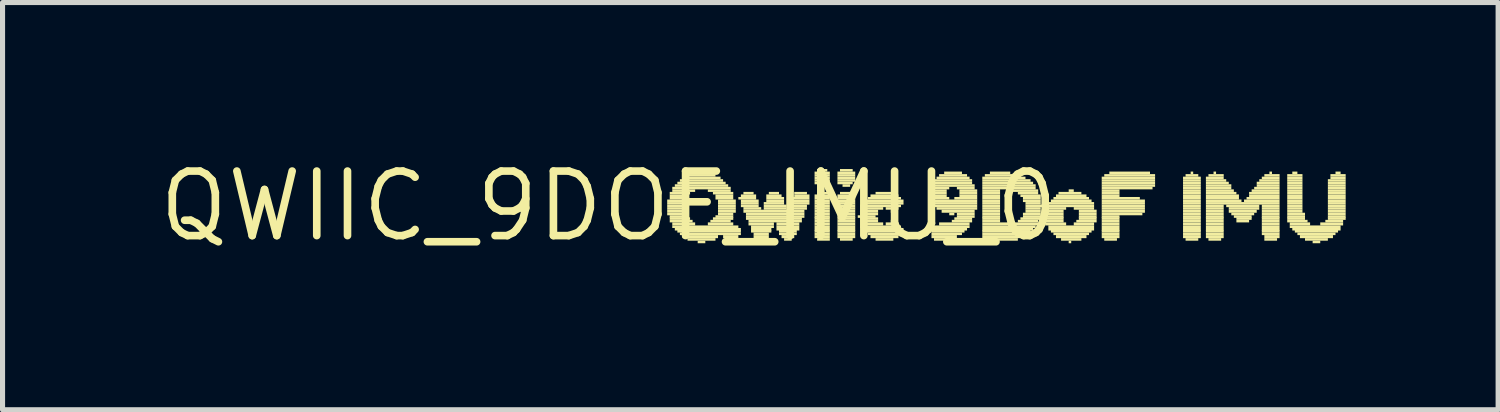
<source format=kicad_pcb>
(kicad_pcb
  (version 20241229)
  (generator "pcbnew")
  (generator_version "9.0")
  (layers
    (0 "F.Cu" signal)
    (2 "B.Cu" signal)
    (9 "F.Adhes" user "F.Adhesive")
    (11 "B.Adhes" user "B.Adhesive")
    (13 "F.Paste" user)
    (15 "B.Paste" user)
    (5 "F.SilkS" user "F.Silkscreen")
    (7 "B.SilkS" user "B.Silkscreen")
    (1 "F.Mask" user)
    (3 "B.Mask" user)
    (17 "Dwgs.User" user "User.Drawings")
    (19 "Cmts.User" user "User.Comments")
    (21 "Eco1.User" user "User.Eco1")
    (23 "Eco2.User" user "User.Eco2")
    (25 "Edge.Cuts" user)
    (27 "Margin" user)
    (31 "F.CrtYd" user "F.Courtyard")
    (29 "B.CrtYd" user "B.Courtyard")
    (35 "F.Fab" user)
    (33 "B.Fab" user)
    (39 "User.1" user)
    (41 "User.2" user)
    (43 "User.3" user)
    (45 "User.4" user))
  (footprint "QWIIC_9DOF_IMU_0"
    (layer "F.Cu")
    (at 8.928 1.006)
    (property "Reference" "QWIIC_9DOF_IMU_0" (at 0 0 0) (layer "F.SilkS") (effects (font (size 1.27 1.27) (thickness 0.15))))
    (fp_poly (pts (xy 1.15 -0.08) (xy 1.5 -0.08) (xy 1.5 -0.13) (xy 1.15 -0.13)) (stroke (width 0) (type default)) (fill yes) (layer "F.SilkS"))
    (fp_poly (pts (xy 1.15 -0.03) (xy 1.5 -0.03) (xy 1.5 -0.08) (xy 1.15 -0.08)) (stroke (width 0) (type default)) (fill yes) (layer "F.SilkS"))
    (fp_poly (pts (xy 1.15 0.02) (xy 1.5 0.02) (xy 1.5 -0.03) (xy 1.15 -0.03)) (stroke (width 0) (type default)) (fill yes) (layer "F.SilkS"))
    (fp_poly (pts (xy 1.15 0.07) (xy 1.5 0.07) (xy 1.5 0.02) (xy 1.15 0.02)) (stroke (width 0) (type default)) (fill yes) (layer "F.SilkS"))
    (fp_poly (pts (xy 1.15 0.13) (xy 1.5 0.13) (xy 1.5 0.07) (xy 1.15 0.07)) (stroke (width 0) (type default)) (fill yes) (layer "F.SilkS"))
    (fp_poly (pts (xy 1.15 0.18) (xy 1.5 0.18) (xy 1.5 0.13) (xy 1.15 0.13)) (stroke (width 0) (type default)) (fill yes) (layer "F.SilkS"))
    (fp_poly (pts (xy 1.2 -0.23) (xy 1.6 -0.23) (xy 1.6 -0.28) (xy 1.2 -0.28)) (stroke (width 0) (type default)) (fill yes) (layer "F.SilkS"))
    (fp_poly (pts (xy 1.2 -0.18) (xy 1.55 -0.18) (xy 1.55 -0.23) (xy 1.2 -0.23)) (stroke (width 0) (type default)) (fill yes) (layer "F.SilkS"))
    (fp_poly (pts (xy 1.2 -0.13) (xy 1.55 -0.13) (xy 1.55 -0.18) (xy 1.2 -0.18)) (stroke (width 0) (type default)) (fill yes) (layer "F.SilkS"))
    (fp_poly (pts (xy 1.2 0.23) (xy 1.55 0.23) (xy 1.55 0.18) (xy 1.2 0.18)) (stroke (width 0) (type default)) (fill yes) (layer "F.SilkS"))
    (fp_poly (pts (xy 1.2 0.27) (xy 1.6 0.27) (xy 1.6 0.22) (xy 1.2 0.22)) (stroke (width 0) (type default)) (fill yes) (layer "F.SilkS"))
    (fp_poly (pts (xy 1.2 0.32) (xy 1.65 0.32) (xy 1.65 0.27) (xy 1.2 0.27)) (stroke (width 0) (type default)) (fill yes) (layer "F.SilkS"))
    (fp_poly (pts (xy 1.25 -0.33) (xy 2.4 -0.33) (xy 2.4 -0.38) (xy 1.25 -0.38)) (stroke (width 0) (type default)) (fill yes) (layer "F.SilkS"))
    (fp_poly (pts (xy 1.25 -0.28) (xy 1.7 -0.28) (xy 1.7 -0.33) (xy 1.25 -0.33)) (stroke (width 0) (type default)) (fill yes) (layer "F.SilkS"))
    (fp_poly (pts (xy 1.25 0.38) (xy 1.7 0.38) (xy 1.7 0.32) (xy 1.25 0.32)) (stroke (width 0) (type default)) (fill yes) (layer "F.SilkS"))
    (fp_poly (pts (xy 1.25 0.43) (xy 2.55 0.43) (xy 2.55 0.38) (xy 1.25 0.38)) (stroke (width 0) (type default)) (fill yes) (layer "F.SilkS"))
    (fp_poly (pts (xy 1.3 -0.38) (xy 2.35 -0.38) (xy 2.35 -0.43) (xy 1.3 -0.43)) (stroke (width 0) (type default)) (fill yes) (layer "F.SilkS"))
    (fp_poly (pts (xy 1.3 0.48) (xy 2.6 0.48) (xy 2.6 0.43) (xy 1.3 0.43)) (stroke (width 0) (type default)) (fill yes) (layer "F.SilkS"))
    (fp_poly (pts (xy 1.35 -0.43) (xy 2.3 -0.43) (xy 2.3 -0.48) (xy 1.35 -0.48)) (stroke (width 0) (type default)) (fill yes) (layer "F.SilkS"))
    (fp_poly (pts (xy 1.35 0.52) (xy 2.6 0.52) (xy 2.6 0.47) (xy 1.35 0.47)) (stroke (width 0) (type default)) (fill yes) (layer "F.SilkS"))
    (fp_poly (pts (xy 1.4 -0.48) (xy 2.25 -0.48) (xy 2.25 -0.53) (xy 1.4 -0.53)) (stroke (width 0) (type default)) (fill yes) (layer "F.SilkS"))
    (fp_poly (pts (xy 1.4 0.57) (xy 2.6 0.57) (xy 2.6 0.52) (xy 1.4 0.52)) (stroke (width 0) (type default)) (fill yes) (layer "F.SilkS"))
    (fp_poly (pts (xy 1.45 -0.53) (xy 2.2 -0.53) (xy 2.2 -0.58) (xy 1.45 -0.58)) (stroke (width 0) (type default)) (fill yes) (layer "F.SilkS"))
    (fp_poly (pts (xy 1.45 0.63) (xy 2.15 0.63) (xy 2.15 0.57) (xy 1.45 0.57)) (stroke (width 0) (type default)) (fill yes) (layer "F.SilkS"))
    (fp_poly (pts (xy 1.55 -0.58) (xy 2.1 -0.58) (xy 2.1 -0.63) (xy 1.55 -0.63)) (stroke (width 0) (type default)) (fill yes) (layer "F.SilkS"))
    (fp_poly (pts (xy 1.55 0.68) (xy 2.1 0.68) (xy 2.1 0.63) (xy 1.55 0.63)) (stroke (width 0) (type default)) (fill yes) (layer "F.SilkS"))
    (fp_poly (pts (xy 1.65 -0.63) (xy 1.95 -0.63) (xy 1.95 -0.68) (xy 1.65 -0.68)) (stroke (width 0) (type default)) (fill yes) (layer "F.SilkS"))
    (fp_poly (pts (xy 1.75 0.73) (xy 1.9 0.73) (xy 1.9 0.68) (xy 1.75 0.68)) (stroke (width 0) (type default)) (fill yes) (layer "F.SilkS"))
    (fp_poly (pts (xy 1.95 -0.28) (xy 2.4 -0.28) (xy 2.4 -0.33) (xy 1.95 -0.33)) (stroke (width 0) (type default)) (fill yes) (layer "F.SilkS"))
    (fp_poly (pts (xy 1.95 0.38) (xy 2.45 0.38) (xy 2.45 0.32) (xy 1.95 0.32)) (stroke (width 0) (type default)) (fill yes) (layer "F.SilkS"))
    (fp_poly (pts (xy 2 0.32) (xy 2.4 0.32) (xy 2.4 0.27) (xy 2 0.27)) (stroke (width 0) (type default)) (fill yes) (layer "F.SilkS"))
    (fp_poly (pts (xy 2.05 -0.23) (xy 2.45 -0.23) (xy 2.45 -0.28) (xy 2.05 -0.28)) (stroke (width 0) (type default)) (fill yes) (layer "F.SilkS"))
    (fp_poly (pts (xy 2.05 0.27) (xy 2.45 0.27) (xy 2.45 0.22) (xy 2.05 0.22)) (stroke (width 0) (type default)) (fill yes) (layer "F.SilkS"))
    (fp_poly (pts (xy 2.1 -0.18) (xy 2.45 -0.18) (xy 2.45 -0.23) (xy 2.1 -0.23)) (stroke (width 0) (type default)) (fill yes) (layer "F.SilkS"))
    (fp_poly (pts (xy 2.1 -0.13) (xy 2.45 -0.13) (xy 2.45 -0.18) (xy 2.1 -0.18)) (stroke (width 0) (type default)) (fill yes) (layer "F.SilkS"))
    (fp_poly (pts (xy 2.1 0.23) (xy 2.45 0.23) (xy 2.45 0.18) (xy 2.1 0.18)) (stroke (width 0) (type default)) (fill yes) (layer "F.SilkS"))
    (fp_poly (pts (xy 2.15 -0.08) (xy 2.5 -0.08) (xy 2.5 -0.13) (xy 2.15 -0.13)) (stroke (width 0) (type default)) (fill yes) (layer "F.SilkS"))
    (fp_poly (pts (xy 2.15 -0.03) (xy 2.5 -0.03) (xy 2.5 -0.08) (xy 2.15 -0.08)) (stroke (width 0) (type default)) (fill yes) (layer "F.SilkS"))
    (fp_poly (pts (xy 2.15 0.02) (xy 2.5 0.02) (xy 2.5 -0.03) (xy 2.15 -0.03)) (stroke (width 0) (type default)) (fill yes) (layer "F.SilkS"))
    (fp_poly (pts (xy 2.15 0.07) (xy 2.5 0.07) (xy 2.5 0.02) (xy 2.15 0.02)) (stroke (width 0) (type default)) (fill yes) (layer "F.SilkS"))
    (fp_poly (pts (xy 2.15 0.13) (xy 2.5 0.13) (xy 2.5 0.07) (xy 2.15 0.07)) (stroke (width 0) (type default)) (fill yes) (layer "F.SilkS"))
    (fp_poly (pts (xy 2.15 0.18) (xy 2.45 0.18) (xy 2.45 0.13) (xy 2.15 0.13)) (stroke (width 0) (type default)) (fill yes) (layer "F.SilkS"))
    (fp_poly (pts (xy 2.25 0.63) (xy 2.55 0.63) (xy 2.55 0.57) (xy 2.25 0.57)) (stroke (width 0) (type default)) (fill yes) (layer "F.SilkS"))
    (fp_poly (pts (xy 2.3 0.68) (xy 2.5 0.68) (xy 2.5 0.63) (xy 2.3 0.63)) (stroke (width 0) (type default)) (fill yes) (layer "F.SilkS"))
    (fp_poly (pts (xy 2.55 -0.13) (xy 2.9 -0.13) (xy 2.9 -0.18) (xy 2.55 -0.18)) (stroke (width 0) (type default)) (fill yes) (layer "F.SilkS"))
    (fp_poly (pts (xy 2.6 -0.18) (xy 2.9 -0.18) (xy 2.9 -0.23) (xy 2.6 -0.23)) (stroke (width 0) (type default)) (fill yes) (layer "F.SilkS"))
    (fp_poly (pts (xy 2.6 -0.08) (xy 2.95 -0.08) (xy 2.95 -0.13) (xy 2.6 -0.13)) (stroke (width 0) (type default)) (fill yes) (layer "F.SilkS"))
    (fp_poly (pts (xy 2.6 -0.03) (xy 2.95 -0.03) (xy 2.95 -0.08) (xy 2.6 -0.08)) (stroke (width 0) (type default)) (fill yes) (layer "F.SilkS"))
    (fp_poly (pts (xy 2.6 0.02) (xy 2.95 0.02) (xy 2.95 -0.03) (xy 2.6 -0.03)) (stroke (width 0) (type default)) (fill yes) (layer "F.SilkS"))
    (fp_poly (pts (xy 2.65 -0.23) (xy 2.85 -0.23) (xy 2.85 -0.28) (xy 2.65 -0.28)) (stroke (width 0) (type default)) (fill yes) (layer "F.SilkS"))
    (fp_poly (pts (xy 2.65 0.07) (xy 3 0.07) (xy 3 0.02) (xy 2.65 0.02)) (stroke (width 0) (type default)) (fill yes) (layer "F.SilkS"))
    (fp_poly (pts (xy 2.65 0.13) (xy 3.85 0.13) (xy 3.85 0.07) (xy 2.65 0.07)) (stroke (width 0) (type default)) (fill yes) (layer "F.SilkS"))
    (fp_poly (pts (xy 2.7 0.18) (xy 3.85 0.18) (xy 3.85 0.13) (xy 2.7 0.13)) (stroke (width 0) (type default)) (fill yes) (layer "F.SilkS"))
    (fp_poly (pts (xy 2.7 0.23) (xy 3.85 0.23) (xy 3.85 0.18) (xy 2.7 0.18)) (stroke (width 0) (type default)) (fill yes) (layer "F.SilkS"))
    (fp_poly (pts (xy 2.7 0.27) (xy 3.8 0.27) (xy 3.8 0.22) (xy 2.7 0.22)) (stroke (width 0) (type default)) (fill yes) (layer "F.SilkS"))
    (fp_poly (pts (xy 2.75 0.32) (xy 3.8 0.32) (xy 3.8 0.27) (xy 2.75 0.27)) (stroke (width 0) (type default)) (fill yes) (layer "F.SilkS"))
    (fp_poly (pts (xy 2.75 0.38) (xy 3.25 0.38) (xy 3.25 0.32) (xy 2.75 0.32)) (stroke (width 0) (type default)) (fill yes) (layer "F.SilkS"))
    (fp_poly (pts (xy 2.8 0.43) (xy 3.25 0.43) (xy 3.25 0.38) (xy 2.8 0.38)) (stroke (width 0) (type default)) (fill yes) (layer "F.SilkS"))
    (fp_poly (pts (xy 2.8 0.48) (xy 3.2 0.48) (xy 3.2 0.43) (xy 2.8 0.43)) (stroke (width 0) (type default)) (fill yes) (layer "F.SilkS"))
    (fp_poly (pts (xy 2.8 0.52) (xy 3.2 0.52) (xy 3.2 0.47) (xy 2.8 0.47)) (stroke (width 0) (type default)) (fill yes) (layer "F.SilkS"))
    (fp_poly (pts (xy 2.85 0.57) (xy 3.15 0.57) (xy 3.15 0.52) (xy 2.85 0.52)) (stroke (width 0) (type default)) (fill yes) (layer "F.SilkS"))
    (fp_poly (pts (xy 2.85 0.63) (xy 3.15 0.63) (xy 3.15 0.57) (xy 2.85 0.57)) (stroke (width 0) (type default)) (fill yes) (layer "F.SilkS"))
    (fp_poly (pts (xy 2.9 0.68) (xy 3.1 0.68) (xy 3.1 0.63) (xy 2.9 0.63)) (stroke (width 0) (type default)) (fill yes) (layer "F.SilkS"))
    (fp_poly (pts (xy 3.05 -0.03) (xy 3.45 -0.03) (xy 3.45 -0.08) (xy 3.05 -0.08)) (stroke (width 0) (type default)) (fill yes) (layer "F.SilkS"))
    (fp_poly (pts (xy 3.05 0.02) (xy 3.5 0.02) (xy 3.5 -0.03) (xy 3.05 -0.03)) (stroke (width 0) (type default)) (fill yes) (layer "F.SilkS"))
    (fp_poly (pts (xy 3.05 0.07) (xy 3.5 0.07) (xy 3.5 0.02) (xy 3.05 0.02)) (stroke (width 0) (type default)) (fill yes) (layer "F.SilkS"))
    (fp_poly (pts (xy 3.1 -0.18) (xy 3.4 -0.18) (xy 3.4 -0.23) (xy 3.1 -0.23)) (stroke (width 0) (type default)) (fill yes) (layer "F.SilkS"))
    (fp_poly (pts (xy 3.1 -0.13) (xy 3.45 -0.13) (xy 3.45 -0.18) (xy 3.1 -0.18)) (stroke (width 0) (type default)) (fill yes) (layer "F.SilkS"))
    (fp_poly (pts (xy 3.1 -0.08) (xy 3.45 -0.08) (xy 3.45 -0.13) (xy 3.1 -0.13)) (stroke (width 0) (type default)) (fill yes) (layer "F.SilkS"))
    (fp_poly (pts (xy 3.15 -0.23) (xy 3.35 -0.23) (xy 3.35 -0.28) (xy 3.15 -0.28)) (stroke (width 0) (type default)) (fill yes) (layer "F.SilkS"))
    (fp_poly (pts (xy 3.3 0.38) (xy 3.75 0.38) (xy 3.75 0.32) (xy 3.3 0.32)) (stroke (width 0) (type default)) (fill yes) (layer "F.SilkS"))
    (fp_poly (pts (xy 3.3 0.43) (xy 3.75 0.43) (xy 3.75 0.38) (xy 3.3 0.38)) (stroke (width 0) (type default)) (fill yes) (layer "F.SilkS"))
    (fp_poly (pts (xy 3.3 0.48) (xy 3.75 0.48) (xy 3.75 0.43) (xy 3.3 0.43)) (stroke (width 0) (type default)) (fill yes) (layer "F.SilkS"))
    (fp_poly (pts (xy 3.35 0.52) (xy 3.7 0.52) (xy 3.7 0.47) (xy 3.35 0.47)) (stroke (width 0) (type default)) (fill yes) (layer "F.SilkS"))
    (fp_poly (pts (xy 3.35 0.57) (xy 3.7 0.57) (xy 3.7 0.52) (xy 3.35 0.52)) (stroke (width 0) (type default)) (fill yes) (layer "F.SilkS"))
    (fp_poly (pts (xy 3.4 0.63) (xy 3.65 0.63) (xy 3.65 0.57) (xy 3.4 0.57)) (stroke (width 0) (type default)) (fill yes) (layer "F.SilkS"))
    (fp_poly (pts (xy 3.45 0.68) (xy 3.6 0.68) (xy 3.6 0.63) (xy 3.45 0.63)) (stroke (width 0) (type default)) (fill yes) (layer "F.SilkS"))
    (fp_poly (pts (xy 3.55 0.02) (xy 3.9 0.02) (xy 3.9 -0.03) (xy 3.55 -0.03)) (stroke (width 0) (type default)) (fill yes) (layer "F.SilkS"))
    (fp_poly (pts (xy 3.55 0.07) (xy 3.9 0.07) (xy 3.9 0.02) (xy 3.55 0.02)) (stroke (width 0) (type default)) (fill yes) (layer "F.SilkS"))
    (fp_poly (pts (xy 3.6 -0.13) (xy 3.95 -0.13) (xy 3.95 -0.18) (xy 3.6 -0.18)) (stroke (width 0) (type default)) (fill yes) (layer "F.SilkS"))
    (fp_poly (pts (xy 3.6 -0.08) (xy 3.95 -0.08) (xy 3.95 -0.13) (xy 3.6 -0.13)) (stroke (width 0) (type default)) (fill yes) (layer "F.SilkS"))
    (fp_poly (pts (xy 3.6 -0.03) (xy 3.95 -0.03) (xy 3.95 -0.08) (xy 3.6 -0.08)) (stroke (width 0) (type default)) (fill yes) (layer "F.SilkS"))
    (fp_poly (pts (xy 3.65 -0.23) (xy 3.9 -0.23) (xy 3.9 -0.28) (xy 3.65 -0.28)) (stroke (width 0) (type default)) (fill yes) (layer "F.SilkS"))
    (fp_poly (pts (xy 3.65 -0.18) (xy 3.95 -0.18) (xy 3.95 -0.23) (xy 3.65 -0.23)) (stroke (width 0) (type default)) (fill yes) (layer "F.SilkS"))
    (fp_poly (pts (xy 4.05 -0.63) (xy 4.35 -0.63) (xy 4.35 -0.68) (xy 4.05 -0.68)) (stroke (width 0) (type default)) (fill yes) (layer "F.SilkS"))
    (fp_poly (pts (xy 4.05 -0.58) (xy 4.35 -0.58) (xy 4.35 -0.63) (xy 4.05 -0.63)) (stroke (width 0) (type default)) (fill yes) (layer "F.SilkS"))
    (fp_poly (pts (xy 4.05 -0.53) (xy 4.35 -0.53) (xy 4.35 -0.58) (xy 4.05 -0.58)) (stroke (width 0) (type default)) (fill yes) (layer "F.SilkS"))
    (fp_poly (pts (xy 4.05 -0.48) (xy 4.35 -0.48) (xy 4.35 -0.53) (xy 4.05 -0.53)) (stroke (width 0) (type default)) (fill yes) (layer "F.SilkS"))
    (fp_poly (pts (xy 4.05 -0.43) (xy 4.35 -0.43) (xy 4.35 -0.48) (xy 4.05 -0.48)) (stroke (width 0) (type default)) (fill yes) (layer "F.SilkS"))
    (fp_poly (pts (xy 4.05 -0.18) (xy 4.35 -0.18) (xy 4.35 -0.23) (xy 4.05 -0.23)) (stroke (width 0) (type default)) (fill yes) (layer "F.SilkS"))
    (fp_poly (pts (xy 4.05 -0.13) (xy 4.35 -0.13) (xy 4.35 -0.18) (xy 4.05 -0.18)) (stroke (width 0) (type default)) (fill yes) (layer "F.SilkS"))
    (fp_poly (pts (xy 4.05 -0.08) (xy 4.35 -0.08) (xy 4.35 -0.13) (xy 4.05 -0.13)) (stroke (width 0) (type default)) (fill yes) (layer "F.SilkS"))
    (fp_poly (pts (xy 4.05 -0.03) (xy 4.35 -0.03) (xy 4.35 -0.08) (xy 4.05 -0.08)) (stroke (width 0) (type default)) (fill yes) (layer "F.SilkS"))
    (fp_poly (pts (xy 4.05 0.02) (xy 4.35 0.02) (xy 4.35 -0.03) (xy 4.05 -0.03)) (stroke (width 0) (type default)) (fill yes) (layer "F.SilkS"))
    (fp_poly (pts (xy 4.05 0.07) (xy 4.35 0.07) (xy 4.35 0.02) (xy 4.05 0.02)) (stroke (width 0) (type default)) (fill yes) (layer "F.SilkS"))
    (fp_poly (pts (xy 4.05 0.13) (xy 4.35 0.13) (xy 4.35 0.07) (xy 4.05 0.07)) (stroke (width 0) (type default)) (fill yes) (layer "F.SilkS"))
    (fp_poly (pts (xy 4.05 0.18) (xy 4.35 0.18) (xy 4.35 0.13) (xy 4.05 0.13)) (stroke (width 0) (type default)) (fill yes) (layer "F.SilkS"))
    (fp_poly (pts (xy 4.05 0.23) (xy 4.35 0.23) (xy 4.35 0.18) (xy 4.05 0.18)) (stroke (width 0) (type default)) (fill yes) (layer "F.SilkS"))
    (fp_poly (pts (xy 4.05 0.27) (xy 4.35 0.27) (xy 4.35 0.22) (xy 4.05 0.22)) (stroke (width 0) (type default)) (fill yes) (layer "F.SilkS"))
    (fp_poly (pts (xy 4.05 0.32) (xy 4.35 0.32) (xy 4.35 0.27) (xy 4.05 0.27)) (stroke (width 0) (type default)) (fill yes) (layer "F.SilkS"))
    (fp_poly (pts (xy 4.05 0.38) (xy 4.35 0.38) (xy 4.35 0.32) (xy 4.05 0.32)) (stroke (width 0) (type default)) (fill yes) (layer "F.SilkS"))
    (fp_poly (pts (xy 4.05 0.43) (xy 4.35 0.43) (xy 4.35 0.38) (xy 4.05 0.38)) (stroke (width 0) (type default)) (fill yes) (layer "F.SilkS"))
    (fp_poly (pts (xy 4.05 0.48) (xy 4.35 0.48) (xy 4.35 0.43) (xy 4.05 0.43)) (stroke (width 0) (type default)) (fill yes) (layer "F.SilkS"))
    (fp_poly (pts (xy 4.05 0.52) (xy 4.35 0.52) (xy 4.35 0.47) (xy 4.05 0.47)) (stroke (width 0) (type default)) (fill yes) (layer "F.SilkS"))
    (fp_poly (pts (xy 4.05 0.57) (xy 4.35 0.57) (xy 4.35 0.52) (xy 4.05 0.52)) (stroke (width 0) (type default)) (fill yes) (layer "F.SilkS"))
    (fp_poly (pts (xy 4.05 0.63) (xy 4.35 0.63) (xy 4.35 0.57) (xy 4.05 0.57)) (stroke (width 0) (type default)) (fill yes) (layer "F.SilkS"))
    (fp_poly (pts (xy 4.1 -0.68) (xy 4.3 -0.68) (xy 4.3 -0.73) (xy 4.1 -0.73)) (stroke (width 0) (type default)) (fill yes) (layer "F.SilkS"))
    (fp_poly (pts (xy 4.1 -0.23) (xy 4.35 -0.23) (xy 4.35 -0.28) (xy 4.1 -0.28)) (stroke (width 0) (type default)) (fill yes) (layer "F.SilkS"))
    (fp_poly (pts (xy 4.1 0.68) (xy 4.35 0.68) (xy 4.35 0.63) (xy 4.1 0.63)) (stroke (width 0) (type default)) (fill yes) (layer "F.SilkS"))
    (fp_poly (pts (xy 4.15 -0.38) (xy 4.25 -0.38) (xy 4.25 -0.43) (xy 4.15 -0.43)) (stroke (width 0) (type default)) (fill yes) (layer "F.SilkS"))
    (fp_poly (pts (xy 4.5 -0.63) (xy 4.85 -0.63) (xy 4.85 -0.68) (xy 4.5 -0.68)) (stroke (width 0) (type default)) (fill yes) (layer "F.SilkS"))
    (fp_poly (pts (xy 4.5 -0.58) (xy 4.85 -0.58) (xy 4.85 -0.63) (xy 4.5 -0.63)) (stroke (width 0) (type default)) (fill yes) (layer "F.SilkS"))
    (fp_poly (pts (xy 4.5 -0.53) (xy 4.85 -0.53) (xy 4.85 -0.58) (xy 4.5 -0.58)) (stroke (width 0) (type default)) (fill yes) (layer "F.SilkS"))
    (fp_poly (pts (xy 4.5 -0.48) (xy 4.85 -0.48) (xy 4.85 -0.53) (xy 4.5 -0.53)) (stroke (width 0) (type default)) (fill yes) (layer "F.SilkS"))
    (fp_poly (pts (xy 4.5 -0.43) (xy 4.8 -0.43) (xy 4.8 -0.48) (xy 4.5 -0.48)) (stroke (width 0) (type default)) (fill yes) (layer "F.SilkS"))
    (fp_poly (pts (xy 4.5 -0.18) (xy 4.85 -0.18) (xy 4.85 -0.23) (xy 4.5 -0.23)) (stroke (width 0) (type default)) (fill yes) (layer "F.SilkS"))
    (fp_poly (pts (xy 4.5 -0.13) (xy 4.85 -0.13) (xy 4.85 -0.18) (xy 4.5 -0.18)) (stroke (width 0) (type default)) (fill yes) (layer "F.SilkS"))
    (fp_poly (pts (xy 4.5 -0.08) (xy 4.85 -0.08) (xy 4.85 -0.13) (xy 4.5 -0.13)) (stroke (width 0) (type default)) (fill yes) (layer "F.SilkS"))
    (fp_poly (pts (xy 4.5 -0.03) (xy 4.85 -0.03) (xy 4.85 -0.08) (xy 4.5 -0.08)) (stroke (width 0) (type default)) (fill yes) (layer "F.SilkS"))
    (fp_poly (pts (xy 4.5 0.02) (xy 4.85 0.02) (xy 4.85 -0.03) (xy 4.5 -0.03)) (stroke (width 0) (type default)) (fill yes) (layer "F.SilkS"))
    (fp_poly (pts (xy 4.5 0.07) (xy 4.85 0.07) (xy 4.85 0.02) (xy 4.5 0.02)) (stroke (width 0) (type default)) (fill yes) (layer "F.SilkS"))
    (fp_poly (pts (xy 4.5 0.13) (xy 4.85 0.13) (xy 4.85 0.07) (xy 4.5 0.07)) (stroke (width 0) (type default)) (fill yes) (layer "F.SilkS"))
    (fp_poly (pts (xy 4.5 0.18) (xy 4.85 0.18) (xy 4.85 0.13) (xy 4.5 0.13)) (stroke (width 0) (type default)) (fill yes) (layer "F.SilkS"))
    (fp_poly (pts (xy 4.5 0.23) (xy 4.85 0.23) (xy 4.85 0.18) (xy 4.5 0.18)) (stroke (width 0) (type default)) (fill yes) (layer "F.SilkS"))
    (fp_poly (pts (xy 4.5 0.27) (xy 4.85 0.27) (xy 4.85 0.22) (xy 4.5 0.22)) (stroke (width 0) (type default)) (fill yes) (layer "F.SilkS"))
    (fp_poly (pts (xy 4.5 0.32) (xy 4.85 0.32) (xy 4.85 0.27) (xy 4.5 0.27)) (stroke (width 0) (type default)) (fill yes) (layer "F.SilkS"))
    (fp_poly (pts (xy 4.5 0.38) (xy 4.85 0.38) (xy 4.85 0.32) (xy 4.5 0.32)) (stroke (width 0) (type default)) (fill yes) (layer "F.SilkS"))
    (fp_poly (pts (xy 4.5 0.43) (xy 4.85 0.43) (xy 4.85 0.38) (xy 4.5 0.38)) (stroke (width 0) (type default)) (fill yes) (layer "F.SilkS"))
    (fp_poly (pts (xy 4.5 0.48) (xy 4.85 0.48) (xy 4.85 0.43) (xy 4.5 0.43)) (stroke (width 0) (type default)) (fill yes) (layer "F.SilkS"))
    (fp_poly (pts (xy 4.5 0.52) (xy 4.85 0.52) (xy 4.85 0.47) (xy 4.5 0.47)) (stroke (width 0) (type default)) (fill yes) (layer "F.SilkS"))
    (fp_poly (pts (xy 4.5 0.57) (xy 4.85 0.57) (xy 4.85 0.52) (xy 4.5 0.52)) (stroke (width 0) (type default)) (fill yes) (layer "F.SilkS"))
    (fp_poly (pts (xy 4.5 0.63) (xy 4.85 0.63) (xy 4.85 0.57) (xy 4.5 0.57)) (stroke (width 0) (type default)) (fill yes) (layer "F.SilkS"))
    (fp_poly (pts (xy 4.55 -0.68) (xy 4.8 -0.68) (xy 4.8 -0.73) (xy 4.55 -0.73)) (stroke (width 0) (type default)) (fill yes) (layer "F.SilkS"))
    (fp_poly (pts (xy 4.55 -0.23) (xy 4.8 -0.23) (xy 4.8 -0.28) (xy 4.55 -0.28)) (stroke (width 0) (type default)) (fill yes) (layer "F.SilkS"))
    (fp_poly (pts (xy 4.55 0.68) (xy 4.8 0.68) (xy 4.8 0.63) (xy 4.55 0.63)) (stroke (width 0) (type default)) (fill yes) (layer "F.SilkS"))
    (fp_poly (pts (xy 4.6 -0.38) (xy 4.75 -0.38) (xy 4.75 -0.43) (xy 4.6 -0.43)) (stroke (width 0) (type default)) (fill yes) (layer "F.SilkS"))
    (fp_poly (pts (xy 4.9 0.23) (xy 5.25 0.23) (xy 5.25 0.18) (xy 4.9 0.18)) (stroke (width 0) (type default)) (fill yes) (layer "F.SilkS"))
    (fp_poly (pts (xy 4.95 0.02) (xy 5.75 0.02) (xy 5.75 -0.03) (xy 4.95 -0.03)) (stroke (width 0) (type default)) (fill yes) (layer "F.SilkS"))
    (fp_poly (pts (xy 4.95 0.07) (xy 5.4 0.07) (xy 5.4 0.02) (xy 4.95 0.02)) (stroke (width 0) (type default)) (fill yes) (layer "F.SilkS"))
    (fp_poly (pts (xy 4.95 0.13) (xy 5.3 0.13) (xy 5.3 0.07) (xy 4.95 0.07)) (stroke (width 0) (type default)) (fill yes) (layer "F.SilkS"))
    (fp_poly (pts (xy 4.95 0.18) (xy 5.3 0.18) (xy 5.3 0.13) (xy 4.95 0.13)) (stroke (width 0) (type default)) (fill yes) (layer "F.SilkS"))
    (fp_poly (pts (xy 4.95 0.27) (xy 5.3 0.27) (xy 5.3 0.22) (xy 4.95 0.22)) (stroke (width 0) (type default)) (fill yes) (layer "F.SilkS"))
    (fp_poly (pts (xy 4.95 0.32) (xy 5.3 0.32) (xy 5.3 0.27) (xy 4.95 0.27)) (stroke (width 0) (type default)) (fill yes) (layer "F.SilkS"))
    (fp_poly (pts (xy 4.95 0.38) (xy 5.4 0.38) (xy 5.4 0.32) (xy 4.95 0.32)) (stroke (width 0) (type default)) (fill yes) (layer "F.SilkS"))
    (fp_poly (pts (xy 4.95 0.43) (xy 5.75 0.43) (xy 5.75 0.38) (xy 4.95 0.38)) (stroke (width 0) (type default)) (fill yes) (layer "F.SilkS"))
    (fp_poly (pts (xy 5 -0.03) (xy 5.8 -0.03) (xy 5.8 -0.08) (xy 5 -0.08)) (stroke (width 0) (type default)) (fill yes) (layer "F.SilkS"))
    (fp_poly (pts (xy 5 0.48) (xy 5.8 0.48) (xy 5.8 0.43) (xy 5 0.43)) (stroke (width 0) (type default)) (fill yes) (layer "F.SilkS"))
    (fp_poly (pts (xy 5.05 -0.08) (xy 5.8 -0.08) (xy 5.8 -0.13) (xy 5.05 -0.13)) (stroke (width 0) (type default)) (fill yes) (layer "F.SilkS"))
    (fp_poly (pts (xy 5.05 0.52) (xy 5.8 0.52) (xy 5.8 0.47) (xy 5.05 0.47)) (stroke (width 0) (type default)) (fill yes) (layer "F.SilkS"))
    (fp_poly (pts (xy 5.1 -0.13) (xy 5.75 -0.13) (xy 5.75 -0.18) (xy 5.1 -0.18)) (stroke (width 0) (type default)) (fill yes) (layer "F.SilkS"))
    (fp_poly (pts (xy 5.1 0.57) (xy 5.75 0.57) (xy 5.75 0.52) (xy 5.1 0.52)) (stroke (width 0) (type default)) (fill yes) (layer "F.SilkS"))
    (fp_poly (pts (xy 5.15 -0.18) (xy 5.7 -0.18) (xy 5.7 -0.23) (xy 5.15 -0.23)) (stroke (width 0) (type default)) (fill yes) (layer "F.SilkS"))
    (fp_poly (pts (xy 5.15 0.63) (xy 5.7 0.63) (xy 5.7 0.57) (xy 5.15 0.57)) (stroke (width 0) (type default)) (fill yes) (layer "F.SilkS"))
    (fp_poly (pts (xy 5.25 -0.23) (xy 5.6 -0.23) (xy 5.6 -0.28) (xy 5.25 -0.28)) (stroke (width 0) (type default)) (fill yes) (layer "F.SilkS"))
    (fp_poly (pts (xy 5.25 0.68) (xy 5.6 0.68) (xy 5.6 0.63) (xy 5.25 0.63)) (stroke (width 0) (type default)) (fill yes) (layer "F.SilkS"))
    (fp_poly (pts (xy 5.45 0.07) (xy 5.7 0.07) (xy 5.7 0.02) (xy 5.45 0.02)) (stroke (width 0) (type default)) (fill yes) (layer "F.SilkS"))
    (fp_poly (pts (xy 5.45 0.38) (xy 5.7 0.38) (xy 5.7 0.32) (xy 5.45 0.32)) (stroke (width 0) (type default)) (fill yes) (layer "F.SilkS"))
    (fp_poly (pts (xy 5.55 0.13) (xy 5.65 0.13) (xy 5.65 0.07) (xy 5.55 0.07)) (stroke (width 0) (type default)) (fill yes) (layer "F.SilkS"))
    (fp_poly (pts (xy 5.55 0.32) (xy 5.65 0.32) (xy 5.65 0.27) (xy 5.55 0.27)) (stroke (width 0) (type default)) (fill yes) (layer "F.SilkS"))
    (fp_poly (pts (xy 6.3 -0.28) (xy 6.65 -0.28) (xy 6.65 -0.33) (xy 6.3 -0.33)) (stroke (width 0) (type default)) (fill yes) (layer "F.SilkS"))
    (fp_poly (pts (xy 6.3 -0.23) (xy 6.65 -0.23) (xy 6.65 -0.28) (xy 6.3 -0.28)) (stroke (width 0) (type default)) (fill yes) (layer "F.SilkS"))
    (fp_poly (pts (xy 6.3 -0.18) (xy 6.65 -0.18) (xy 6.65 -0.23) (xy 6.3 -0.23)) (stroke (width 0) (type default)) (fill yes) (layer "F.SilkS"))
    (fp_poly (pts (xy 6.3 -0.13) (xy 6.7 -0.13) (xy 6.7 -0.18) (xy 6.3 -0.18)) (stroke (width 0) (type default)) (fill yes) (layer "F.SilkS"))
    (fp_poly (pts (xy 6.35 -0.43) (xy 7.15 -0.43) (xy 7.15 -0.48) (xy 6.35 -0.48)) (stroke (width 0) (type default)) (fill yes) (layer "F.SilkS"))
    (fp_poly (pts (xy 6.35 -0.38) (xy 7.2 -0.38) (xy 7.2 -0.43) (xy 6.35 -0.43)) (stroke (width 0) (type default)) (fill yes) (layer "F.SilkS"))
    (fp_poly (pts (xy 6.35 -0.33) (xy 6.7 -0.33) (xy 6.7 -0.38) (xy 6.35 -0.38)) (stroke (width 0) (type default)) (fill yes) (layer "F.SilkS"))
    (fp_poly (pts (xy 6.35 -0.08) (xy 7.25 -0.08) (xy 7.25 -0.13) (xy 6.35 -0.13)) (stroke (width 0) (type default)) (fill yes) (layer "F.SilkS"))
    (fp_poly (pts (xy 6.35 -0.03) (xy 7.25 -0.03) (xy 7.25 -0.08) (xy 6.35 -0.08)) (stroke (width 0) (type default)) (fill yes) (layer "F.SilkS"))
    (fp_poly (pts (xy 6.35 0.43) (xy 7.1 0.43) (xy 7.1 0.38) (xy 6.35 0.38)) (stroke (width 0) (type default)) (fill yes) (layer "F.SilkS"))
    (fp_poly (pts (xy 6.35 0.48) (xy 7.05 0.48) (xy 7.05 0.43) (xy 6.35 0.43)) (stroke (width 0) (type default)) (fill yes) (layer "F.SilkS"))
    (fp_poly (pts (xy 6.35 0.52) (xy 7 0.52) (xy 7 0.47) (xy 6.35 0.47)) (stroke (width 0) (type default)) (fill yes) (layer "F.SilkS"))
    (fp_poly (pts (xy 6.35 0.57) (xy 6.95 0.57) (xy 6.95 0.52) (xy 6.35 0.52)) (stroke (width 0) (type default)) (fill yes) (layer "F.SilkS"))
    (fp_poly (pts (xy 6.35 0.63) (xy 6.85 0.63) (xy 6.85 0.57) (xy 6.35 0.57)) (stroke (width 0) (type default)) (fill yes) (layer "F.SilkS"))
    (fp_poly (pts (xy 6.4 -0.48) (xy 7.15 -0.48) (xy 7.15 -0.53) (xy 6.4 -0.53)) (stroke (width 0) (type default)) (fill yes) (layer "F.SilkS"))
    (fp_poly (pts (xy 6.4 0.02) (xy 7.25 0.02) (xy 7.25 -0.03) (xy 6.4 -0.03)) (stroke (width 0) (type default)) (fill yes) (layer "F.SilkS"))
    (fp_poly (pts (xy 6.4 0.68) (xy 6.75 0.68) (xy 6.75 0.63) (xy 6.4 0.63)) (stroke (width 0) (type default)) (fill yes) (layer "F.SilkS"))
    (fp_poly (pts (xy 6.45 -0.53) (xy 7.1 -0.53) (xy 7.1 -0.58) (xy 6.45 -0.58)) (stroke (width 0) (type default)) (fill yes) (layer "F.SilkS"))
    (fp_poly (pts (xy 6.45 0.07) (xy 7.25 0.07) (xy 7.25 0.02) (xy 6.45 0.02)) (stroke (width 0) (type default)) (fill yes) (layer "F.SilkS"))
    (fp_poly (pts (xy 6.5 -0.58) (xy 7.05 -0.58) (xy 7.05 -0.63) (xy 6.5 -0.63)) (stroke (width 0) (type default)) (fill yes) (layer "F.SilkS"))
    (fp_poly (pts (xy 6.5 0.38) (xy 7.1 0.38) (xy 7.1 0.32) (xy 6.5 0.32)) (stroke (width 0) (type default)) (fill yes) (layer "F.SilkS"))
    (fp_poly (pts (xy 6.55 0.13) (xy 7.2 0.13) (xy 7.2 0.07) (xy 6.55 0.07)) (stroke (width 0) (type default)) (fill yes) (layer "F.SilkS"))
    (fp_poly (pts (xy 6.6 -0.63) (xy 6.95 -0.63) (xy 6.95 -0.68) (xy 6.6 -0.68)) (stroke (width 0) (type default)) (fill yes) (layer "F.SilkS"))
    (fp_poly (pts (xy 6.7 0.18) (xy 6.8 0.18) (xy 6.8 0.13) (xy 6.7 0.13)) (stroke (width 0) (type default)) (fill yes) (layer "F.SilkS"))
    (fp_poly (pts (xy 6.75 0.32) (xy 7.15 0.32) (xy 7.15 0.27) (xy 6.75 0.27)) (stroke (width 0) (type default)) (fill yes) (layer "F.SilkS"))
    (fp_poly (pts (xy 6.8 -0.13) (xy 7.25 -0.13) (xy 7.25 -0.18) (xy 6.8 -0.18)) (stroke (width 0) (type default)) (fill yes) (layer "F.SilkS"))
    (fp_poly (pts (xy 6.8 0.27) (xy 7.15 0.27) (xy 7.15 0.22) (xy 6.8 0.22)) (stroke (width 0) (type default)) (fill yes) (layer "F.SilkS"))
    (fp_poly (pts (xy 6.85 -0.33) (xy 7.2 -0.33) (xy 7.2 -0.38) (xy 6.85 -0.38)) (stroke (width 0) (type default)) (fill yes) (layer "F.SilkS"))
    (fp_poly (pts (xy 6.85 0.18) (xy 7.2 0.18) (xy 7.2 0.13) (xy 6.85 0.13)) (stroke (width 0) (type default)) (fill yes) (layer "F.SilkS"))
    (fp_poly (pts (xy 6.85 0.23) (xy 7.2 0.23) (xy 7.2 0.18) (xy 6.85 0.18)) (stroke (width 0) (type default)) (fill yes) (layer "F.SilkS"))
    (fp_poly (pts (xy 6.9 -0.28) (xy 7.25 -0.28) (xy 7.25 -0.33) (xy 6.9 -0.33)) (stroke (width 0) (type default)) (fill yes) (layer "F.SilkS"))
    (fp_poly (pts (xy 6.9 -0.23) (xy 7.25 -0.23) (xy 7.25 -0.28) (xy 6.9 -0.28)) (stroke (width 0) (type default)) (fill yes) (layer "F.SilkS"))
    (fp_poly (pts (xy 6.9 -0.18) (xy 7.25 -0.18) (xy 7.25 -0.23) (xy 6.9 -0.23)) (stroke (width 0) (type default)) (fill yes) (layer "F.SilkS"))
    (fp_poly (pts (xy 7.35 -0.53) (xy 8.2 -0.53) (xy 8.2 -0.58) (xy 7.35 -0.58)) (stroke (width 0) (type default)) (fill yes) (layer "F.SilkS"))
    (fp_poly (pts (xy 7.35 -0.48) (xy 8.3 -0.48) (xy 8.3 -0.53) (xy 7.35 -0.53)) (stroke (width 0) (type default)) (fill yes) (layer "F.SilkS"))
    (fp_poly (pts (xy 7.35 -0.43) (xy 8.35 -0.43) (xy 8.35 -0.48) (xy 7.35 -0.48)) (stroke (width 0) (type default)) (fill yes) (layer "F.SilkS"))
    (fp_poly (pts (xy 7.35 -0.38) (xy 8.4 -0.38) (xy 8.4 -0.43) (xy 7.35 -0.43)) (stroke (width 0) (type default)) (fill yes) (layer "F.SilkS"))
    (fp_poly (pts (xy 7.35 -0.33) (xy 8.4 -0.33) (xy 8.4 -0.38) (xy 7.35 -0.38)) (stroke (width 0) (type default)) (fill yes) (layer "F.SilkS"))
    (fp_poly (pts (xy 7.35 -0.28) (xy 7.7 -0.28) (xy 7.7 -0.33) (xy 7.35 -0.33)) (stroke (width 0) (type default)) (fill yes) (layer "F.SilkS"))
    (fp_poly (pts (xy 7.35 -0.23) (xy 7.7 -0.23) (xy 7.7 -0.28) (xy 7.35 -0.28)) (stroke (width 0) (type default)) (fill yes) (layer "F.SilkS"))
    (fp_poly (pts (xy 7.35 -0.18) (xy 7.7 -0.18) (xy 7.7 -0.23) (xy 7.35 -0.23)) (stroke (width 0) (type default)) (fill yes) (layer "F.SilkS"))
    (fp_poly (pts (xy 7.35 -0.13) (xy 7.7 -0.13) (xy 7.7 -0.18) (xy 7.35 -0.18)) (stroke (width 0) (type default)) (fill yes) (layer "F.SilkS"))
    (fp_poly (pts (xy 7.35 -0.08) (xy 7.7 -0.08) (xy 7.7 -0.13) (xy 7.35 -0.13)) (stroke (width 0) (type default)) (fill yes) (layer "F.SilkS"))
    (fp_poly (pts (xy 7.35 -0.03) (xy 7.7 -0.03) (xy 7.7 -0.08) (xy 7.35 -0.08)) (stroke (width 0) (type default)) (fill yes) (layer "F.SilkS"))
    (fp_poly (pts (xy 7.35 0.02) (xy 7.7 0.02) (xy 7.7 -0.03) (xy 7.35 -0.03)) (stroke (width 0) (type default)) (fill yes) (layer "F.SilkS"))
    (fp_poly (pts (xy 7.35 0.07) (xy 7.7 0.07) (xy 7.7 0.02) (xy 7.35 0.02)) (stroke (width 0) (type default)) (fill yes) (layer "F.SilkS"))
    (fp_poly (pts (xy 7.35 0.13) (xy 7.7 0.13) (xy 7.7 0.07) (xy 7.35 0.07)) (stroke (width 0) (type default)) (fill yes) (layer "F.SilkS"))
    (fp_poly (pts (xy 7.35 0.18) (xy 7.7 0.18) (xy 7.7 0.13) (xy 7.35 0.13)) (stroke (width 0) (type default)) (fill yes) (layer "F.SilkS"))
    (fp_poly (pts (xy 7.35 0.23) (xy 7.7 0.23) (xy 7.7 0.18) (xy 7.35 0.18)) (stroke (width 0) (type default)) (fill yes) (layer "F.SilkS"))
    (fp_poly (pts (xy 7.35 0.27) (xy 7.7 0.27) (xy 7.7 0.22) (xy 7.35 0.22)) (stroke (width 0) (type default)) (fill yes) (layer "F.SilkS"))
    (fp_poly (pts (xy 7.35 0.32) (xy 7.7 0.32) (xy 7.7 0.27) (xy 7.35 0.27)) (stroke (width 0) (type default)) (fill yes) (layer "F.SilkS"))
    (fp_poly (pts (xy 7.35 0.38) (xy 8.45 0.38) (xy 8.45 0.32) (xy 7.35 0.32)) (stroke (width 0) (type default)) (fill yes) (layer "F.SilkS"))
    (fp_poly (pts (xy 7.35 0.43) (xy 8.4 0.43) (xy 8.4 0.38) (xy 7.35 0.38)) (stroke (width 0) (type default)) (fill yes) (layer "F.SilkS"))
    (fp_poly (pts (xy 7.35 0.48) (xy 8.35 0.48) (xy 8.35 0.43) (xy 7.35 0.43)) (stroke (width 0) (type default)) (fill yes) (layer "F.SilkS"))
    (fp_poly (pts (xy 7.35 0.52) (xy 8.3 0.52) (xy 8.3 0.47) (xy 7.35 0.47)) (stroke (width 0) (type default)) (fill yes) (layer "F.SilkS"))
    (fp_poly (pts (xy 7.35 0.57) (xy 8.25 0.57) (xy 8.25 0.52) (xy 7.35 0.52)) (stroke (width 0) (type default)) (fill yes) (layer "F.SilkS"))
    (fp_poly (pts (xy 7.35 0.63) (xy 8.15 0.63) (xy 8.15 0.57) (xy 7.35 0.57)) (stroke (width 0) (type default)) (fill yes) (layer "F.SilkS"))
    (fp_poly (pts (xy 7.4 -0.58) (xy 8.1 -0.58) (xy 8.1 -0.63) (xy 7.4 -0.63)) (stroke (width 0) (type default)) (fill yes) (layer "F.SilkS"))
    (fp_poly (pts (xy 7.4 0.68) (xy 8.05 0.68) (xy 8.05 0.63) (xy 7.4 0.63)) (stroke (width 0) (type default)) (fill yes) (layer "F.SilkS"))
    (fp_poly (pts (xy 7.5 -0.63) (xy 7.9 -0.63) (xy 7.9 -0.68) (xy 7.5 -0.68)) (stroke (width 0) (type default)) (fill yes) (layer "F.SilkS"))
    (fp_poly (pts (xy 7.95 -0.28) (xy 8.45 -0.28) (xy 8.45 -0.33) (xy 7.95 -0.33)) (stroke (width 0) (type default)) (fill yes) (layer "F.SilkS"))
    (fp_poly (pts (xy 8.05 -0.23) (xy 8.45 -0.23) (xy 8.45 -0.28) (xy 8.05 -0.28)) (stroke (width 0) (type default)) (fill yes) (layer "F.SilkS"))
    (fp_poly (pts (xy 8.05 0.32) (xy 8.45 0.32) (xy 8.45 0.27) (xy 8.05 0.27)) (stroke (width 0) (type default)) (fill yes) (layer "F.SilkS"))
    (fp_poly (pts (xy 8.1 -0.18) (xy 8.5 -0.18) (xy 8.5 -0.23) (xy 8.1 -0.23)) (stroke (width 0) (type default)) (fill yes) (layer "F.SilkS"))
    (fp_poly (pts (xy 8.1 0.27) (xy 8.5 0.27) (xy 8.5 0.22) (xy 8.1 0.22)) (stroke (width 0) (type default)) (fill yes) (layer "F.SilkS"))
    (fp_poly (pts (xy 8.15 -0.13) (xy 8.5 -0.13) (xy 8.5 -0.18) (xy 8.15 -0.18)) (stroke (width 0) (type default)) (fill yes) (layer "F.SilkS"))
    (fp_poly (pts (xy 8.15 -0.08) (xy 8.5 -0.08) (xy 8.5 -0.13) (xy 8.15 -0.13)) (stroke (width 0) (type default)) (fill yes) (layer "F.SilkS"))
    (fp_poly (pts (xy 8.15 0.18) (xy 8.5 0.18) (xy 8.5 0.13) (xy 8.15 0.13)) (stroke (width 0) (type default)) (fill yes) (layer "F.SilkS"))
    (fp_poly (pts (xy 8.15 0.23) (xy 8.5 0.23) (xy 8.5 0.18) (xy 8.15 0.18)) (stroke (width 0) (type default)) (fill yes) (layer "F.SilkS"))
    (fp_poly (pts (xy 8.2 -0.03) (xy 8.5 -0.03) (xy 8.5 -0.08) (xy 8.2 -0.08)) (stroke (width 0) (type default)) (fill yes) (layer "F.SilkS"))
    (fp_poly (pts (xy 8.2 0.02) (xy 8.55 0.02) (xy 8.55 -0.03) (xy 8.2 -0.03)) (stroke (width 0) (type default)) (fill yes) (layer "F.SilkS"))
    (fp_poly (pts (xy 8.2 0.07) (xy 8.5 0.07) (xy 8.5 0.02) (xy 8.2 0.02)) (stroke (width 0) (type default)) (fill yes) (layer "F.SilkS"))
    (fp_poly (pts (xy 8.2 0.13) (xy 8.5 0.13) (xy 8.5 0.07) (xy 8.2 0.07)) (stroke (width 0) (type default)) (fill yes) (layer "F.SilkS"))
    (fp_poly (pts (xy 8.6 0.07) (xy 9 0.07) (xy 9 0.02) (xy 8.6 0.02)) (stroke (width 0) (type default)) (fill yes) (layer "F.SilkS"))
    (fp_poly (pts (xy 8.6 0.13) (xy 8.95 0.13) (xy 8.95 0.07) (xy 8.6 0.07)) (stroke (width 0) (type default)) (fill yes) (layer "F.SilkS"))
    (fp_poly (pts (xy 8.6 0.18) (xy 8.95 0.18) (xy 8.95 0.13) (xy 8.6 0.13)) (stroke (width 0) (type default)) (fill yes) (layer "F.SilkS"))
    (fp_poly (pts (xy 8.6 0.23) (xy 8.95 0.23) (xy 8.95 0.18) (xy 8.6 0.18)) (stroke (width 0) (type default)) (fill yes) (layer "F.SilkS"))
    (fp_poly (pts (xy 8.6 0.27) (xy 8.95 0.27) (xy 8.95 0.22) (xy 8.6 0.22)) (stroke (width 0) (type default)) (fill yes) (layer "F.SilkS"))
    (fp_poly (pts (xy 8.6 0.32) (xy 8.95 0.32) (xy 8.95 0.27) (xy 8.6 0.27)) (stroke (width 0) (type default)) (fill yes) (layer "F.SilkS"))
    (fp_poly (pts (xy 8.6 0.38) (xy 9 0.38) (xy 9 0.32) (xy 8.6 0.32)) (stroke (width 0) (type default)) (fill yes) (layer "F.SilkS"))
    (fp_poly (pts (xy 8.65 -0.03) (xy 9.55 -0.03) (xy 9.55 -0.08) (xy 8.65 -0.08)) (stroke (width 0) (type default)) (fill yes) (layer "F.SilkS"))
    (fp_poly (pts (xy 8.65 0.02) (xy 9.55 0.02) (xy 9.55 -0.03) (xy 8.65 -0.03)) (stroke (width 0) (type default)) (fill yes) (layer "F.SilkS"))
    (fp_poly (pts (xy 8.65 0.43) (xy 9.55 0.43) (xy 9.55 0.38) (xy 8.65 0.38)) (stroke (width 0) (type default)) (fill yes) (layer "F.SilkS"))
    (fp_poly (pts (xy 8.65 0.48) (xy 9.55 0.48) (xy 9.55 0.43) (xy 8.65 0.43)) (stroke (width 0) (type default)) (fill yes) (layer "F.SilkS"))
    (fp_poly (pts (xy 8.7 -0.08) (xy 9.5 -0.08) (xy 9.5 -0.13) (xy 8.7 -0.13)) (stroke (width 0) (type default)) (fill yes) (layer "F.SilkS"))
    (fp_poly (pts (xy 8.7 0.52) (xy 9.5 0.52) (xy 9.5 0.47) (xy 8.7 0.47)) (stroke (width 0) (type default)) (fill yes) (layer "F.SilkS"))
    (fp_poly (pts (xy 8.75 -0.13) (xy 9.45 -0.13) (xy 9.45 -0.18) (xy 8.75 -0.18)) (stroke (width 0) (type default)) (fill yes) (layer "F.SilkS"))
    (fp_poly (pts (xy 8.75 0.57) (xy 9.45 0.57) (xy 9.45 0.52) (xy 8.75 0.52)) (stroke (width 0) (type default)) (fill yes) (layer "F.SilkS"))
    (fp_poly (pts (xy 8.8 -0.18) (xy 9.4 -0.18) (xy 9.4 -0.23) (xy 8.8 -0.23)) (stroke (width 0) (type default)) (fill yes) (layer "F.SilkS"))
    (fp_poly (pts (xy 8.8 0.63) (xy 9.4 0.63) (xy 9.4 0.57) (xy 8.8 0.57)) (stroke (width 0) (type default)) (fill yes) (layer "F.SilkS"))
    (fp_poly (pts (xy 8.85 -0.23) (xy 9.3 -0.23) (xy 9.3 -0.28) (xy 8.85 -0.28)) (stroke (width 0) (type default)) (fill yes) (layer "F.SilkS"))
    (fp_poly (pts (xy 8.9 0.68) (xy 9.3 0.68) (xy 9.3 0.63) (xy 8.9 0.63)) (stroke (width 0) (type default)) (fill yes) (layer "F.SilkS"))
    (fp_poly (pts (xy 9.05 -0.28) (xy 9.15 -0.28) (xy 9.15 -0.33) (xy 9.05 -0.33)) (stroke (width 0) (type default)) (fill yes) (layer "F.SilkS"))
    (fp_poly (pts (xy 9.05 0.73) (xy 9.1 0.73) (xy 9.1 0.68) (xy 9.05 0.68)) (stroke (width 0) (type default)) (fill yes) (layer "F.SilkS"))
    (fp_poly (pts (xy 9.15 0.07) (xy 9.55 0.07) (xy 9.55 0.02) (xy 9.15 0.02)) (stroke (width 0) (type default)) (fill yes) (layer "F.SilkS"))
    (fp_poly (pts (xy 9.15 0.38) (xy 9.55 0.38) (xy 9.55 0.32) (xy 9.15 0.32)) (stroke (width 0) (type default)) (fill yes) (layer "F.SilkS"))
    (fp_poly (pts (xy 9.2 0.32) (xy 9.6 0.32) (xy 9.6 0.27) (xy 9.2 0.27)) (stroke (width 0) (type default)) (fill yes) (layer "F.SilkS"))
    (fp_poly (pts (xy 9.25 0.13) (xy 9.6 0.13) (xy 9.6 0.07) (xy 9.25 0.07)) (stroke (width 0) (type default)) (fill yes) (layer "F.SilkS"))
    (fp_poly (pts (xy 9.25 0.18) (xy 9.6 0.18) (xy 9.6 0.13) (xy 9.25 0.13)) (stroke (width 0) (type default)) (fill yes) (layer "F.SilkS"))
    (fp_poly (pts (xy 9.25 0.23) (xy 9.6 0.23) (xy 9.6 0.18) (xy 9.25 0.18)) (stroke (width 0) (type default)) (fill yes) (layer "F.SilkS"))
    (fp_poly (pts (xy 9.25 0.27) (xy 9.6 0.27) (xy 9.6 0.22) (xy 9.25 0.22)) (stroke (width 0) (type default)) (fill yes) (layer "F.SilkS"))
    (fp_poly (pts (xy 9.7 -0.53) (xy 10.75 -0.53) (xy 10.75 -0.58) (xy 9.7 -0.58)) (stroke (width 0) (type default)) (fill yes) (layer "F.SilkS"))
    (fp_poly (pts (xy 9.7 -0.48) (xy 10.75 -0.48) (xy 10.75 -0.53) (xy 9.7 -0.53)) (stroke (width 0) (type default)) (fill yes) (layer "F.SilkS"))
    (fp_poly (pts (xy 9.7 -0.43) (xy 10.75 -0.43) (xy 10.75 -0.48) (xy 9.7 -0.48)) (stroke (width 0) (type default)) (fill yes) (layer "F.SilkS"))
    (fp_poly (pts (xy 9.7 -0.38) (xy 10.75 -0.38) (xy 10.75 -0.43) (xy 9.7 -0.43)) (stroke (width 0) (type default)) (fill yes) (layer "F.SilkS"))
    (fp_poly (pts (xy 9.7 -0.33) (xy 10.7 -0.33) (xy 10.7 -0.38) (xy 9.7 -0.38)) (stroke (width 0) (type default)) (fill yes) (layer "F.SilkS"))
    (fp_poly (pts (xy 9.7 -0.28) (xy 10.05 -0.28) (xy 10.05 -0.33) (xy 9.7 -0.33)) (stroke (width 0) (type default)) (fill yes) (layer "F.SilkS"))
    (fp_poly (pts (xy 9.7 -0.23) (xy 10.05 -0.23) (xy 10.05 -0.28) (xy 9.7 -0.28)) (stroke (width 0) (type default)) (fill yes) (layer "F.SilkS"))
    (fp_poly (pts (xy 9.7 -0.18) (xy 10.05 -0.18) (xy 10.05 -0.23) (xy 9.7 -0.23)) (stroke (width 0) (type default)) (fill yes) (layer "F.SilkS"))
    (fp_poly (pts (xy 9.7 -0.13) (xy 10.45 -0.13) (xy 10.45 -0.18) (xy 9.7 -0.18)) (stroke (width 0) (type default)) (fill yes) (layer "F.SilkS"))
    (fp_poly (pts (xy 9.7 -0.08) (xy 10.55 -0.08) (xy 10.55 -0.13) (xy 9.7 -0.13)) (stroke (width 0) (type default)) (fill yes) (layer "F.SilkS"))
    (fp_poly (pts (xy 9.7 -0.03) (xy 10.55 -0.03) (xy 10.55 -0.08) (xy 9.7 -0.08)) (stroke (width 0) (type default)) (fill yes) (layer "F.SilkS"))
    (fp_poly (pts (xy 9.7 0.02) (xy 10.55 0.02) (xy 10.55 -0.03) (xy 9.7 -0.03)) (stroke (width 0) (type default)) (fill yes) (layer "F.SilkS"))
    (fp_poly (pts (xy 9.7 0.07) (xy 10.55 0.07) (xy 10.55 0.02) (xy 9.7 0.02)) (stroke (width 0) (type default)) (fill yes) (layer "F.SilkS"))
    (fp_poly (pts (xy 9.7 0.13) (xy 10.55 0.13) (xy 10.55 0.07) (xy 9.7 0.07)) (stroke (width 0) (type default)) (fill yes) (layer "F.SilkS"))
    (fp_poly (pts (xy 9.7 0.18) (xy 10.5 0.18) (xy 10.5 0.13) (xy 9.7 0.13)) (stroke (width 0) (type default)) (fill yes) (layer "F.SilkS"))
    (fp_poly (pts (xy 9.7 0.23) (xy 10.05 0.23) (xy 10.05 0.18) (xy 9.7 0.18)) (stroke (width 0) (type default)) (fill yes) (layer "F.SilkS"))
    (fp_poly (pts (xy 9.7 0.27) (xy 10.05 0.27) (xy 10.05 0.22) (xy 9.7 0.22)) (stroke (width 0) (type default)) (fill yes) (layer "F.SilkS"))
    (fp_poly (pts (xy 9.7 0.32) (xy 10.05 0.32) (xy 10.05 0.27) (xy 9.7 0.27)) (stroke (width 0) (type default)) (fill yes) (layer "F.SilkS"))
    (fp_poly (pts (xy 9.7 0.38) (xy 10.05 0.38) (xy 10.05 0.32) (xy 9.7 0.32)) (stroke (width 0) (type default)) (fill yes) (layer "F.SilkS"))
    (fp_poly (pts (xy 9.7 0.43) (xy 10.05 0.43) (xy 10.05 0.38) (xy 9.7 0.38)) (stroke (width 0) (type default)) (fill yes) (layer "F.SilkS"))
    (fp_poly (pts (xy 9.7 0.48) (xy 10.05 0.48) (xy 10.05 0.43) (xy 9.7 0.43)) (stroke (width 0) (type default)) (fill yes) (layer "F.SilkS"))
    (fp_poly (pts (xy 9.7 0.52) (xy 10.05 0.52) (xy 10.05 0.47) (xy 9.7 0.47)) (stroke (width 0) (type default)) (fill yes) (layer "F.SilkS"))
    (fp_poly (pts (xy 9.7 0.57) (xy 10.05 0.57) (xy 10.05 0.52) (xy 9.7 0.52)) (stroke (width 0) (type default)) (fill yes) (layer "F.SilkS"))
    (fp_poly (pts (xy 9.7 0.63) (xy 10.05 0.63) (xy 10.05 0.57) (xy 9.7 0.57)) (stroke (width 0) (type default)) (fill yes) (layer "F.SilkS"))
    (fp_poly (pts (xy 9.75 -0.58) (xy 10.75 -0.58) (xy 10.75 -0.63) (xy 9.75 -0.63)) (stroke (width 0) (type default)) (fill yes) (layer "F.SilkS"))
    (fp_poly (pts (xy 9.75 0.68) (xy 10 0.68) (xy 10 0.63) (xy 9.75 0.63)) (stroke (width 0) (type default)) (fill yes) (layer "F.SilkS"))
    (fp_poly (pts (xy 9.85 -0.63) (xy 10.65 -0.63) (xy 10.65 -0.68) (xy 9.85 -0.68)) (stroke (width 0) (type default)) (fill yes) (layer "F.SilkS"))
    (fp_poly (pts (xy 11.3 -0.53) (xy 11.65 -0.53) (xy 11.65 -0.58) (xy 11.3 -0.58)) (stroke (width 0) (type default)) (fill yes) (layer "F.SilkS"))
    (fp_poly (pts (xy 11.3 -0.48) (xy 11.65 -0.48) (xy 11.65 -0.53) (xy 11.3 -0.53)) (stroke (width 0) (type default)) (fill yes) (layer "F.SilkS"))
    (fp_poly (pts (xy 11.3 -0.43) (xy 11.65 -0.43) (xy 11.65 -0.48) (xy 11.3 -0.48)) (stroke (width 0) (type default)) (fill yes) (layer "F.SilkS"))
    (fp_poly (pts (xy 11.3 -0.38) (xy 11.65 -0.38) (xy 11.65 -0.43) (xy 11.3 -0.43)) (stroke (width 0) (type default)) (fill yes) (layer "F.SilkS"))
    (fp_poly (pts (xy 11.3 -0.33) (xy 11.65 -0.33) (xy 11.65 -0.38) (xy 11.3 -0.38)) (stroke (width 0) (type default)) (fill yes) (layer "F.SilkS"))
    (fp_poly (pts (xy 11.3 -0.28) (xy 11.65 -0.28) (xy 11.65 -0.33) (xy 11.3 -0.33)) (stroke (width 0) (type default)) (fill yes) (layer "F.SilkS"))
    (fp_poly (pts (xy 11.3 -0.23) (xy 11.65 -0.23) (xy 11.65 -0.28) (xy 11.3 -0.28)) (stroke (width 0) (type default)) (fill yes) (layer "F.SilkS"))
    (fp_poly (pts (xy 11.3 -0.18) (xy 11.65 -0.18) (xy 11.65 -0.23) (xy 11.3 -0.23)) (stroke (width 0) (type default)) (fill yes) (layer "F.SilkS"))
    (fp_poly (pts (xy 11.3 -0.13) (xy 11.65 -0.13) (xy 11.65 -0.18) (xy 11.3 -0.18)) (stroke (width 0) (type default)) (fill yes) (layer "F.SilkS"))
    (fp_poly (pts (xy 11.3 -0.08) (xy 11.65 -0.08) (xy 11.65 -0.13) (xy 11.3 -0.13)) (stroke (width 0) (type default)) (fill yes) (layer "F.SilkS"))
    (fp_poly (pts (xy 11.3 -0.03) (xy 11.65 -0.03) (xy 11.65 -0.08) (xy 11.3 -0.08)) (stroke (width 0) (type default)) (fill yes) (layer "F.SilkS"))
    (fp_poly (pts (xy 11.3 0.02) (xy 11.65 0.02) (xy 11.65 -0.03) (xy 11.3 -0.03)) (stroke (width 0) (type default)) (fill yes) (layer "F.SilkS"))
    (fp_poly (pts (xy 11.3 0.07) (xy 11.65 0.07) (xy 11.65 0.02) (xy 11.3 0.02)) (stroke (width 0) (type default)) (fill yes) (layer "F.SilkS"))
    (fp_poly (pts (xy 11.3 0.13) (xy 11.65 0.13) (xy 11.65 0.07) (xy 11.3 0.07)) (stroke (width 0) (type default)) (fill yes) (layer "F.SilkS"))
    (fp_poly (pts (xy 11.3 0.18) (xy 11.65 0.18) (xy 11.65 0.13) (xy 11.3 0.13)) (stroke (width 0) (type default)) (fill yes) (layer "F.SilkS"))
    (fp_poly (pts (xy 11.3 0.23) (xy 11.65 0.23) (xy 11.65 0.18) (xy 11.3 0.18)) (stroke (width 0) (type default)) (fill yes) (layer "F.SilkS"))
    (fp_poly (pts (xy 11.3 0.27) (xy 11.65 0.27) (xy 11.65 0.22) (xy 11.3 0.22)) (stroke (width 0) (type default)) (fill yes) (layer "F.SilkS"))
    (fp_poly (pts (xy 11.3 0.32) (xy 11.65 0.32) (xy 11.65 0.27) (xy 11.3 0.27)) (stroke (width 0) (type default)) (fill yes) (layer "F.SilkS"))
    (fp_poly (pts (xy 11.3 0.38) (xy 11.65 0.38) (xy 11.65 0.32) (xy 11.3 0.32)) (stroke (width 0) (type default)) (fill yes) (layer "F.SilkS"))
    (fp_poly (pts (xy 11.3 0.43) (xy 11.65 0.43) (xy 11.65 0.38) (xy 11.3 0.38)) (stroke (width 0) (type default)) (fill yes) (layer "F.SilkS"))
    (fp_poly (pts (xy 11.3 0.48) (xy 11.65 0.48) (xy 11.65 0.43) (xy 11.3 0.43)) (stroke (width 0) (type default)) (fill yes) (layer "F.SilkS"))
    (fp_poly (pts (xy 11.3 0.52) (xy 11.65 0.52) (xy 11.65 0.47) (xy 11.3 0.47)) (stroke (width 0) (type default)) (fill yes) (layer "F.SilkS"))
    (fp_poly (pts (xy 11.3 0.57) (xy 11.65 0.57) (xy 11.65 0.52) (xy 11.3 0.52)) (stroke (width 0) (type default)) (fill yes) (layer "F.SilkS"))
    (fp_poly (pts (xy 11.3 0.63) (xy 11.65 0.63) (xy 11.65 0.57) (xy 11.3 0.57)) (stroke (width 0) (type default)) (fill yes) (layer "F.SilkS"))
    (fp_poly (pts (xy 11.35 -0.58) (xy 11.6 -0.58) (xy 11.6 -0.63) (xy 11.35 -0.63)) (stroke (width 0) (type default)) (fill yes) (layer "F.SilkS"))
    (fp_poly (pts (xy 11.35 0.68) (xy 11.6 0.68) (xy 11.6 0.63) (xy 11.35 0.63)) (stroke (width 0) (type default)) (fill yes) (layer "F.SilkS"))
    (fp_poly (pts (xy 11.45 -0.63) (xy 11.5 -0.63) (xy 11.5 -0.68) (xy 11.45 -0.68)) (stroke (width 0) (type default)) (fill yes) (layer "F.SilkS"))
    (fp_poly (pts (xy 11.75 -0.53) (xy 12.1 -0.53) (xy 12.1 -0.58) (xy 11.75 -0.58)) (stroke (width 0) (type default)) (fill yes) (layer "F.SilkS"))
    (fp_poly (pts (xy 11.75 -0.48) (xy 12.15 -0.48) (xy 12.15 -0.53) (xy 11.75 -0.53)) (stroke (width 0) (type default)) (fill yes) (layer "F.SilkS"))
    (fp_poly (pts (xy 11.75 -0.43) (xy 12.2 -0.43) (xy 12.2 -0.48) (xy 11.75 -0.48)) (stroke (width 0) (type default)) (fill yes) (layer "F.SilkS"))
    (fp_poly (pts (xy 11.75 -0.38) (xy 12.25 -0.38) (xy 12.25 -0.43) (xy 11.75 -0.43)) (stroke (width 0) (type default)) (fill yes) (layer "F.SilkS"))
    (fp_poly (pts (xy 11.75 -0.33) (xy 12.25 -0.33) (xy 12.25 -0.38) (xy 11.75 -0.38)) (stroke (width 0) (type default)) (fill yes) (layer "F.SilkS"))
    (fp_poly (pts (xy 11.75 -0.28) (xy 12.3 -0.28) (xy 12.3 -0.33) (xy 11.75 -0.33)) (stroke (width 0) (type default)) (fill yes) (layer "F.SilkS"))
    (fp_poly (pts (xy 11.75 -0.23) (xy 12.35 -0.23) (xy 12.35 -0.28) (xy 11.75 -0.28)) (stroke (width 0) (type default)) (fill yes) (layer "F.SilkS"))
    (fp_poly (pts (xy 11.75 -0.18) (xy 12.4 -0.18) (xy 12.4 -0.23) (xy 11.75 -0.23)) (stroke (width 0) (type default)) (fill yes) (layer "F.SilkS"))
    (fp_poly (pts (xy 11.75 -0.13) (xy 12.4 -0.13) (xy 12.4 -0.18) (xy 11.75 -0.18)) (stroke (width 0) (type default)) (fill yes) (layer "F.SilkS"))
    (fp_poly (pts (xy 11.75 -0.08) (xy 12.45 -0.08) (xy 12.45 -0.13) (xy 11.75 -0.13)) (stroke (width 0) (type default)) (fill yes) (layer "F.SilkS"))
    (fp_poly (pts (xy 11.75 -0.03) (xy 13.2 -0.03) (xy 13.2 -0.08) (xy 11.75 -0.08)) (stroke (width 0) (type default)) (fill yes) (layer "F.SilkS"))
    (fp_poly (pts (xy 11.75 0.02) (xy 12.1 0.02) (xy 12.1 -0.03) (xy 11.75 -0.03)) (stroke (width 0) (type default)) (fill yes) (layer "F.SilkS"))
    (fp_poly (pts (xy 11.75 0.07) (xy 12.1 0.07) (xy 12.1 0.02) (xy 11.75 0.02)) (stroke (width 0) (type default)) (fill yes) (layer "F.SilkS"))
    (fp_poly (pts (xy 11.75 0.13) (xy 12.1 0.13) (xy 12.1 0.07) (xy 11.75 0.07)) (stroke (width 0) (type default)) (fill yes) (layer "F.SilkS"))
    (fp_poly (pts (xy 11.75 0.18) (xy 12.1 0.18) (xy 12.1 0.13) (xy 11.75 0.13)) (stroke (width 0) (type default)) (fill yes) (layer "F.SilkS"))
    (fp_poly (pts (xy 11.75 0.23) (xy 12.1 0.23) (xy 12.1 0.18) (xy 11.75 0.18)) (stroke (width 0) (type default)) (fill yes) (layer "F.SilkS"))
    (fp_poly (pts (xy 11.75 0.27) (xy 12.1 0.27) (xy 12.1 0.22) (xy 11.75 0.22)) (stroke (width 0) (type default)) (fill yes) (layer "F.SilkS"))
    (fp_poly (pts (xy 11.75 0.32) (xy 12.1 0.32) (xy 12.1 0.27) (xy 11.75 0.27)) (stroke (width 0) (type default)) (fill yes) (layer "F.SilkS"))
    (fp_poly (pts (xy 11.75 0.38) (xy 12.1 0.38) (xy 12.1 0.32) (xy 11.75 0.32)) (stroke (width 0) (type default)) (fill yes) (layer "F.SilkS"))
    (fp_poly (pts (xy 11.75 0.43) (xy 12.1 0.43) (xy 12.1 0.38) (xy 11.75 0.38)) (stroke (width 0) (type default)) (fill yes) (layer "F.SilkS"))
    (fp_poly (pts (xy 11.75 0.48) (xy 12.1 0.48) (xy 12.1 0.43) (xy 11.75 0.43)) (stroke (width 0) (type default)) (fill yes) (layer "F.SilkS"))
    (fp_poly (pts (xy 11.75 0.52) (xy 12.1 0.52) (xy 12.1 0.47) (xy 11.75 0.47)) (stroke (width 0) (type default)) (fill yes) (layer "F.SilkS"))
    (fp_poly (pts (xy 11.75 0.57) (xy 12.1 0.57) (xy 12.1 0.52) (xy 11.75 0.52)) (stroke (width 0) (type default)) (fill yes) (layer "F.SilkS"))
    (fp_poly (pts (xy 11.75 0.63) (xy 12.1 0.63) (xy 12.1 0.57) (xy 11.75 0.57)) (stroke (width 0) (type default)) (fill yes) (layer "F.SilkS"))
    (fp_poly (pts (xy 11.8 -0.58) (xy 12.1 -0.58) (xy 12.1 -0.63) (xy 11.8 -0.63)) (stroke (width 0) (type default)) (fill yes) (layer "F.SilkS"))
    (fp_poly (pts (xy 11.8 0.68) (xy 12.05 0.68) (xy 12.05 0.63) (xy 11.8 0.63)) (stroke (width 0) (type default)) (fill yes) (layer "F.SilkS"))
    (fp_poly (pts (xy 11.9 -0.63) (xy 11.95 -0.63) (xy 11.95 -0.68) (xy 11.9 -0.68)) (stroke (width 0) (type default)) (fill yes) (layer "F.SilkS"))
    (fp_poly (pts (xy 12.15 0.02) (xy 12.8 0.02) (xy 12.8 -0.03) (xy 12.15 -0.03)) (stroke (width 0) (type default)) (fill yes) (layer "F.SilkS"))
    (fp_poly (pts (xy 12.2 0.07) (xy 12.8 0.07) (xy 12.8 0.02) (xy 12.2 0.02)) (stroke (width 0) (type default)) (fill yes) (layer "F.SilkS"))
    (fp_poly (pts (xy 12.2 0.13) (xy 12.75 0.13) (xy 12.75 0.07) (xy 12.2 0.07)) (stroke (width 0) (type default)) (fill yes) (layer "F.SilkS"))
    (fp_poly (pts (xy 12.25 0.18) (xy 12.7 0.18) (xy 12.7 0.13) (xy 12.25 0.13)) (stroke (width 0) (type default)) (fill yes) (layer "F.SilkS"))
    (fp_poly (pts (xy 12.3 0.23) (xy 12.65 0.23) (xy 12.65 0.18) (xy 12.3 0.18)) (stroke (width 0) (type default)) (fill yes) (layer "F.SilkS"))
    (fp_poly (pts (xy 12.35 0.27) (xy 12.65 0.27) (xy 12.65 0.22) (xy 12.35 0.22)) (stroke (width 0) (type default)) (fill yes) (layer "F.SilkS"))
    (fp_poly (pts (xy 12.35 0.32) (xy 12.6 0.32) (xy 12.6 0.27) (xy 12.35 0.27)) (stroke (width 0) (type default)) (fill yes) (layer "F.SilkS"))
    (fp_poly (pts (xy 12.5 -0.08) (xy 13.2 -0.08) (xy 13.2 -0.13) (xy 12.5 -0.13)) (stroke (width 0) (type default)) (fill yes) (layer "F.SilkS"))
    (fp_poly (pts (xy 12.55 -0.13) (xy 13.2 -0.13) (xy 13.2 -0.18) (xy 12.55 -0.18)) (stroke (width 0) (type default)) (fill yes) (layer "F.SilkS"))
    (fp_poly (pts (xy 12.6 -0.23) (xy 13.2 -0.23) (xy 13.2 -0.28) (xy 12.6 -0.28)) (stroke (width 0) (type default)) (fill yes) (layer "F.SilkS"))
    (fp_poly (pts (xy 12.6 -0.18) (xy 13.2 -0.18) (xy 13.2 -0.23) (xy 12.6 -0.23)) (stroke (width 0) (type default)) (fill yes) (layer "F.SilkS"))
    (fp_poly (pts (xy 12.65 -0.28) (xy 13.2 -0.28) (xy 13.2 -0.33) (xy 12.65 -0.33)) (stroke (width 0) (type default)) (fill yes) (layer "F.SilkS"))
    (fp_poly (pts (xy 12.7 -0.33) (xy 13.2 -0.33) (xy 13.2 -0.38) (xy 12.7 -0.38)) (stroke (width 0) (type default)) (fill yes) (layer "F.SilkS"))
    (fp_poly (pts (xy 12.75 -0.43) (xy 13.2 -0.43) (xy 13.2 -0.48) (xy 12.75 -0.48)) (stroke (width 0) (type default)) (fill yes) (layer "F.SilkS"))
    (fp_poly (pts (xy 12.75 -0.38) (xy 13.2 -0.38) (xy 13.2 -0.43) (xy 12.75 -0.43)) (stroke (width 0) (type default)) (fill yes) (layer "F.SilkS"))
    (fp_poly (pts (xy 12.8 -0.48) (xy 13.2 -0.48) (xy 13.2 -0.53) (xy 12.8 -0.53)) (stroke (width 0) (type default)) (fill yes) (layer "F.SilkS"))
    (fp_poly (pts (xy 12.85 -0.53) (xy 13.2 -0.53) (xy 13.2 -0.58) (xy 12.85 -0.58)) (stroke (width 0) (type default)) (fill yes) (layer "F.SilkS"))
    (fp_poly (pts (xy 12.85 0.02) (xy 13.2 0.02) (xy 13.2 -0.03) (xy 12.85 -0.03)) (stroke (width 0) (type default)) (fill yes) (layer "F.SilkS"))
    (fp_poly (pts (xy 12.85 0.07) (xy 13.2 0.07) (xy 13.2 0.02) (xy 12.85 0.02)) (stroke (width 0) (type default)) (fill yes) (layer "F.SilkS"))
    (fp_poly (pts (xy 12.85 0.13) (xy 13.2 0.13) (xy 13.2 0.07) (xy 12.85 0.07)) (stroke (width 0) (type default)) (fill yes) (layer "F.SilkS"))
    (fp_poly (pts (xy 12.85 0.18) (xy 13.2 0.18) (xy 13.2 0.13) (xy 12.85 0.13)) (stroke (width 0) (type default)) (fill yes) (layer "F.SilkS"))
    (fp_poly (pts (xy 12.85 0.23) (xy 13.2 0.23) (xy 13.2 0.18) (xy 12.85 0.18)) (stroke (width 0) (type default)) (fill yes) (layer "F.SilkS"))
    (fp_poly (pts (xy 12.85 0.27) (xy 13.2 0.27) (xy 13.2 0.22) (xy 12.85 0.22)) (stroke (width 0) (type default)) (fill yes) (layer "F.SilkS"))
    (fp_poly (pts (xy 12.85 0.32) (xy 13.2 0.32) (xy 13.2 0.27) (xy 12.85 0.27)) (stroke (width 0) (type default)) (fill yes) (layer "F.SilkS"))
    (fp_poly (pts (xy 12.85 0.38) (xy 13.2 0.38) (xy 13.2 0.32) (xy 12.85 0.32)) (stroke (width 0) (type default)) (fill yes) (layer "F.SilkS"))
    (fp_poly (pts (xy 12.85 0.43) (xy 13.2 0.43) (xy 13.2 0.38) (xy 12.85 0.38)) (stroke (width 0) (type default)) (fill yes) (layer "F.SilkS"))
    (fp_poly (pts (xy 12.85 0.48) (xy 13.2 0.48) (xy 13.2 0.43) (xy 12.85 0.43)) (stroke (width 0) (type default)) (fill yes) (layer "F.SilkS"))
    (fp_poly (pts (xy 12.85 0.52) (xy 13.2 0.52) (xy 13.2 0.47) (xy 12.85 0.47)) (stroke (width 0) (type default)) (fill yes) (layer "F.SilkS"))
    (fp_poly (pts (xy 12.85 0.57) (xy 13.2 0.57) (xy 13.2 0.52) (xy 12.85 0.52)) (stroke (width 0) (type default)) (fill yes) (layer "F.SilkS"))
    (fp_poly (pts (xy 12.9 -0.58) (xy 13.2 -0.58) (xy 13.2 -0.63) (xy 12.9 -0.63)) (stroke (width 0) (type default)) (fill yes) (layer "F.SilkS"))
    (fp_poly (pts (xy 12.9 0.63) (xy 13.2 0.63) (xy 13.2 0.57) (xy 12.9 0.57)) (stroke (width 0) (type default)) (fill yes) (layer "F.SilkS"))
    (fp_poly (pts (xy 12.9 0.68) (xy 13.15 0.68) (xy 13.15 0.63) (xy 12.9 0.63)) (stroke (width 0) (type default)) (fill yes) (layer "F.SilkS"))
    (fp_poly (pts (xy 13 -0.63) (xy 13.05 -0.63) (xy 13.05 -0.68) (xy 13 -0.68)) (stroke (width 0) (type default)) (fill yes) (layer "F.SilkS"))
    (fp_poly (pts (xy 13.35 -0.58) (xy 13.65 -0.58) (xy 13.65 -0.63) (xy 13.35 -0.63)) (stroke (width 0) (type default)) (fill yes) (layer "F.SilkS"))
    (fp_poly (pts (xy 13.35 -0.53) (xy 13.65 -0.53) (xy 13.65 -0.58) (xy 13.35 -0.58)) (stroke (width 0) (type default)) (fill yes) (layer "F.SilkS"))
    (fp_poly (pts (xy 13.35 -0.48) (xy 13.65 -0.48) (xy 13.65 -0.53) (xy 13.35 -0.53)) (stroke (width 0) (type default)) (fill yes) (layer "F.SilkS"))
    (fp_poly (pts (xy 13.35 -0.43) (xy 13.65 -0.43) (xy 13.65 -0.48) (xy 13.35 -0.48)) (stroke (width 0) (type default)) (fill yes) (layer "F.SilkS"))
    (fp_poly (pts (xy 13.35 -0.38) (xy 13.65 -0.38) (xy 13.65 -0.43) (xy 13.35 -0.43)) (stroke (width 0) (type default)) (fill yes) (layer "F.SilkS"))
    (fp_poly (pts (xy 13.35 -0.33) (xy 13.65 -0.33) (xy 13.65 -0.38) (xy 13.35 -0.38)) (stroke (width 0) (type default)) (fill yes) (layer "F.SilkS"))
    (fp_poly (pts (xy 13.35 -0.28) (xy 13.65 -0.28) (xy 13.65 -0.33) (xy 13.35 -0.33)) (stroke (width 0) (type default)) (fill yes) (layer "F.SilkS"))
    (fp_poly (pts (xy 13.35 -0.23) (xy 13.65 -0.23) (xy 13.65 -0.28) (xy 13.35 -0.28)) (stroke (width 0) (type default)) (fill yes) (layer "F.SilkS"))
    (fp_poly (pts (xy 13.35 -0.18) (xy 13.65 -0.18) (xy 13.65 -0.23) (xy 13.35 -0.23)) (stroke (width 0) (type default)) (fill yes) (layer "F.SilkS"))
    (fp_poly (pts (xy 13.35 -0.13) (xy 13.65 -0.13) (xy 13.65 -0.18) (xy 13.35 -0.18)) (stroke (width 0) (type default)) (fill yes) (layer "F.SilkS"))
    (fp_poly (pts (xy 13.35 -0.08) (xy 13.65 -0.08) (xy 13.65 -0.13) (xy 13.35 -0.13)) (stroke (width 0) (type default)) (fill yes) (layer "F.SilkS"))
    (fp_poly (pts (xy 13.35 -0.03) (xy 13.65 -0.03) (xy 13.65 -0.08) (xy 13.35 -0.08)) (stroke (width 0) (type default)) (fill yes) (layer "F.SilkS"))
    (fp_poly (pts (xy 13.35 0.02) (xy 13.65 0.02) (xy 13.65 -0.03) (xy 13.35 -0.03)) (stroke (width 0) (type default)) (fill yes) (layer "F.SilkS"))
    (fp_poly (pts (xy 13.35 0.07) (xy 13.65 0.07) (xy 13.65 0.02) (xy 13.35 0.02)) (stroke (width 0) (type default)) (fill yes) (layer "F.SilkS"))
    (fp_poly (pts (xy 13.35 0.13) (xy 13.65 0.13) (xy 13.65 0.07) (xy 13.35 0.07)) (stroke (width 0) (type default)) (fill yes) (layer "F.SilkS"))
    (fp_poly (pts (xy 13.35 0.18) (xy 13.7 0.18) (xy 13.7 0.13) (xy 13.35 0.13)) (stroke (width 0) (type default)) (fill yes) (layer "F.SilkS"))
    (fp_poly (pts (xy 13.35 0.23) (xy 13.7 0.23) (xy 13.7 0.18) (xy 13.35 0.18)) (stroke (width 0) (type default)) (fill yes) (layer "F.SilkS"))
    (fp_poly (pts (xy 13.35 0.27) (xy 13.7 0.27) (xy 13.7 0.22) (xy 13.35 0.22)) (stroke (width 0) (type default)) (fill yes) (layer "F.SilkS"))
    (fp_poly (pts (xy 13.35 0.32) (xy 13.75 0.32) (xy 13.75 0.27) (xy 13.35 0.27)) (stroke (width 0) (type default)) (fill yes) (layer "F.SilkS"))
    (fp_poly (pts (xy 13.4 0.38) (xy 13.8 0.38) (xy 13.8 0.32) (xy 13.4 0.32)) (stroke (width 0) (type default)) (fill yes) (layer "F.SilkS"))
    (fp_poly (pts (xy 13.4 0.43) (xy 14.4 0.43) (xy 14.4 0.38) (xy 13.4 0.38)) (stroke (width 0) (type default)) (fill yes) (layer "F.SilkS"))
    (fp_poly (pts (xy 13.45 -0.63) (xy 13.55 -0.63) (xy 13.55 -0.68) (xy 13.45 -0.68)) (stroke (width 0) (type default)) (fill yes) (layer "F.SilkS"))
    (fp_poly (pts (xy 13.45 0.48) (xy 14.4 0.48) (xy 14.4 0.43) (xy 13.45 0.43)) (stroke (width 0) (type default)) (fill yes) (layer "F.SilkS"))
    (fp_poly (pts (xy 13.5 0.52) (xy 14.35 0.52) (xy 14.35 0.47) (xy 13.5 0.47)) (stroke (width 0) (type default)) (fill yes) (layer "F.SilkS"))
    (fp_poly (pts (xy 13.55 0.57) (xy 14.3 0.57) (xy 14.3 0.52) (xy 13.55 0.52)) (stroke (width 0) (type default)) (fill yes) (layer "F.SilkS"))
    (fp_poly (pts (xy 13.6 0.63) (xy 14.25 0.63) (xy 14.25 0.57) (xy 13.6 0.57)) (stroke (width 0) (type default)) (fill yes) (layer "F.SilkS"))
    (fp_poly (pts (xy 13.7 0.68) (xy 14.15 0.68) (xy 14.15 0.63) (xy 13.7 0.63)) (stroke (width 0) (type default)) (fill yes) (layer "F.SilkS"))
    (fp_poly (pts (xy 13.85 0.73) (xy 14 0.73) (xy 14 0.68) (xy 13.85 0.68)) (stroke (width 0) (type default)) (fill yes) (layer "F.SilkS"))
    (fp_poly (pts (xy 14 0.38) (xy 14.45 0.38) (xy 14.45 0.32) (xy 14 0.32)) (stroke (width 0) (type default)) (fill yes) (layer "F.SilkS"))
    (fp_poly (pts (xy 14.1 0.32) (xy 14.45 0.32) (xy 14.45 0.27) (xy 14.1 0.27)) (stroke (width 0) (type default)) (fill yes) (layer "F.SilkS"))
    (fp_poly (pts (xy 14.15 -0.48) (xy 14.5 -0.48) (xy 14.5 -0.53) (xy 14.15 -0.53)) (stroke (width 0) (type default)) (fill yes) (layer "F.SilkS"))
    (fp_poly (pts (xy 14.15 -0.43) (xy 14.5 -0.43) (xy 14.5 -0.48) (xy 14.15 -0.48)) (stroke (width 0) (type default)) (fill yes) (layer "F.SilkS"))
    (fp_poly (pts (xy 14.15 -0.38) (xy 14.5 -0.38) (xy 14.5 -0.43) (xy 14.15 -0.43)) (stroke (width 0) (type default)) (fill yes) (layer "F.SilkS"))
    (fp_poly (pts (xy 14.15 -0.33) (xy 14.5 -0.33) (xy 14.5 -0.38) (xy 14.15 -0.38)) (stroke (width 0) (type default)) (fill yes) (layer "F.SilkS"))
    (fp_poly (pts (xy 14.15 -0.28) (xy 14.5 -0.28) (xy 14.5 -0.33) (xy 14.15 -0.33)) (stroke (width 0) (type default)) (fill yes) (layer "F.SilkS"))
    (fp_poly (pts (xy 14.15 -0.23) (xy 14.5 -0.23) (xy 14.5 -0.28) (xy 14.15 -0.28)) (stroke (width 0) (type default)) (fill yes) (layer "F.SilkS"))
    (fp_poly (pts (xy 14.15 -0.18) (xy 14.5 -0.18) (xy 14.5 -0.23) (xy 14.15 -0.23)) (stroke (width 0) (type default)) (fill yes) (layer "F.SilkS"))
    (fp_poly (pts (xy 14.15 -0.13) (xy 14.5 -0.13) (xy 14.5 -0.18) (xy 14.15 -0.18)) (stroke (width 0) (type default)) (fill yes) (layer "F.SilkS"))
    (fp_poly (pts (xy 14.15 -0.08) (xy 14.5 -0.08) (xy 14.5 -0.13) (xy 14.15 -0.13)) (stroke (width 0) (type default)) (fill yes) (layer "F.SilkS"))
    (fp_poly (pts (xy 14.15 -0.03) (xy 14.5 -0.03) (xy 14.5 -0.08) (xy 14.15 -0.08)) (stroke (width 0) (type default)) (fill yes) (layer "F.SilkS"))
    (fp_poly (pts (xy 14.15 0.02) (xy 14.5 0.02) (xy 14.5 -0.03) (xy 14.15 -0.03)) (stroke (width 0) (type default)) (fill yes) (layer "F.SilkS"))
    (fp_poly (pts (xy 14.15 0.07) (xy 14.5 0.07) (xy 14.5 0.02) (xy 14.15 0.02)) (stroke (width 0) (type default)) (fill yes) (layer "F.SilkS"))
    (fp_poly (pts (xy 14.15 0.13) (xy 14.5 0.13) (xy 14.5 0.07) (xy 14.15 0.07)) (stroke (width 0) (type default)) (fill yes) (layer "F.SilkS"))
    (fp_poly (pts (xy 14.15 0.18) (xy 14.5 0.18) (xy 14.5 0.13) (xy 14.15 0.13)) (stroke (width 0) (type default)) (fill yes) (layer "F.SilkS"))
    (fp_poly (pts (xy 14.15 0.23) (xy 14.5 0.23) (xy 14.5 0.18) (xy 14.15 0.18)) (stroke (width 0) (type default)) (fill yes) (layer "F.SilkS"))
    (fp_poly (pts (xy 14.15 0.27) (xy 14.5 0.27) (xy 14.5 0.22) (xy 14.15 0.22)) (stroke (width 0) (type default)) (fill yes) (layer "F.SilkS"))
    (fp_poly (pts (xy 14.2 -0.58) (xy 14.5 -0.58) (xy 14.5 -0.63) (xy 14.2 -0.63)) (stroke (width 0) (type default)) (fill yes) (layer "F.SilkS"))
    (fp_poly (pts (xy 14.2 -0.53) (xy 14.5 -0.53) (xy 14.5 -0.58) (xy 14.2 -0.58)) (stroke (width 0) (type default)) (fill yes) (layer "F.SilkS"))
    (fp_poly (pts (xy 14.3 -0.63) (xy 14.4 -0.63) (xy 14.4 -0.68) (xy 14.3 -0.68)) (stroke (width 0) (type default)) (fill yes) (layer "F.SilkS")))
  (gr_rect
    (start -3 -3)
    (end 26.428 5.012)
    (stroke (width 0.1) (type default))
    (fill no)
    (layer "Edge.Cuts")))
</source>
